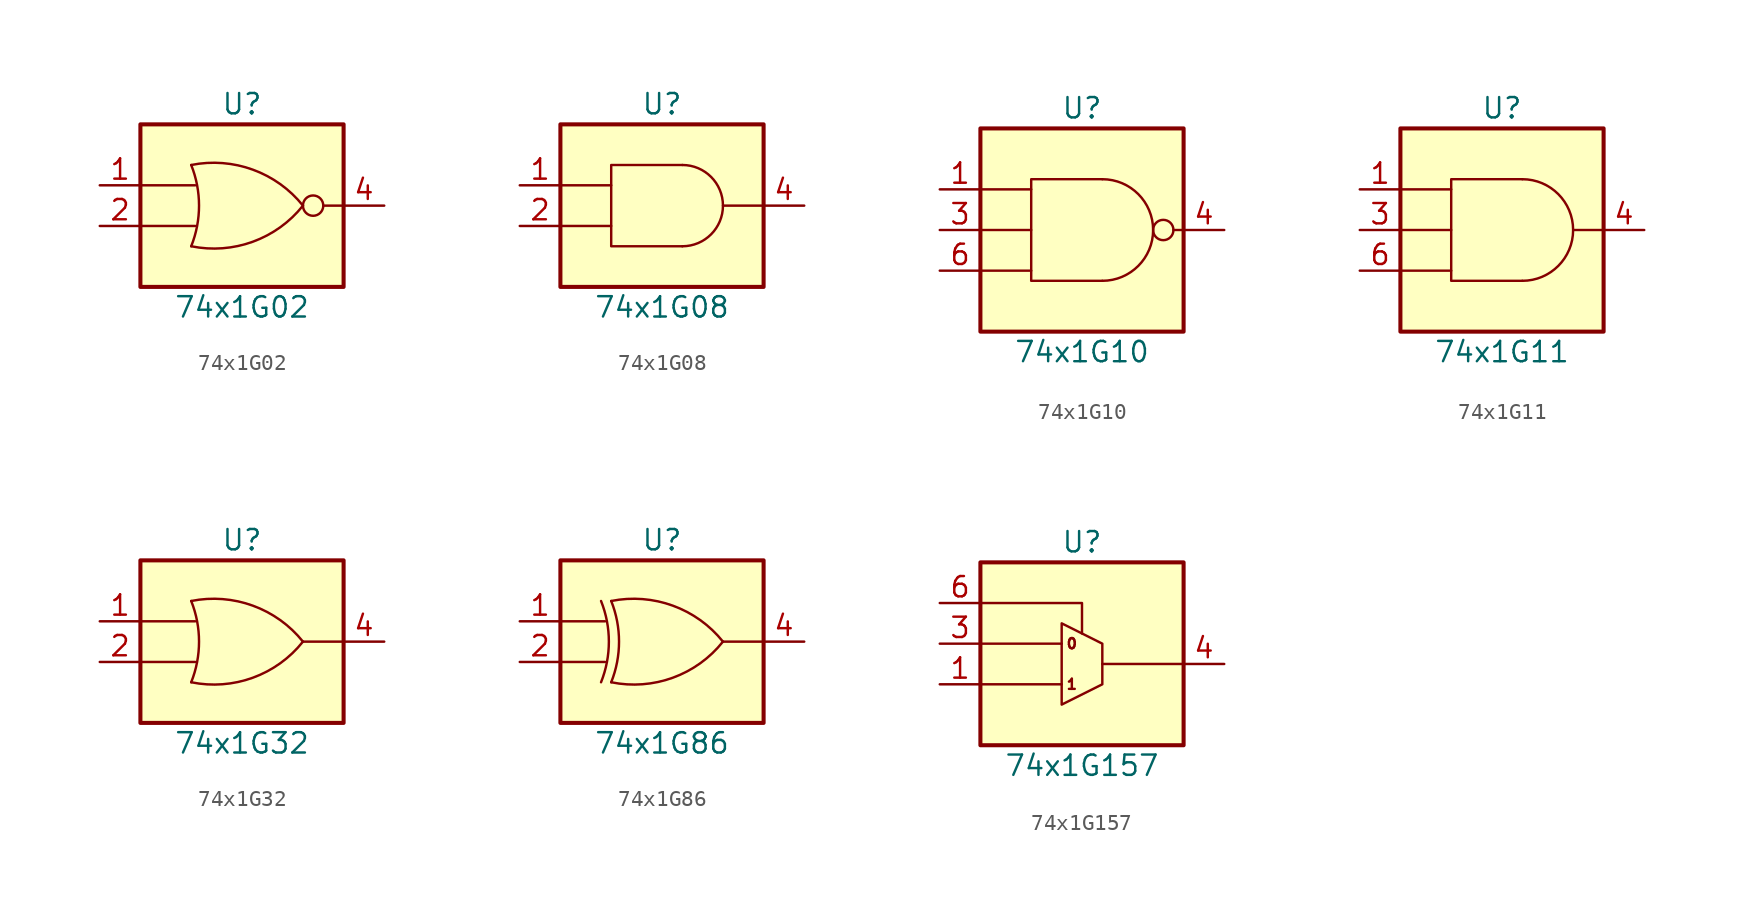
<source format=kicad_sym>
(kicad_symbol_lib
  (version 20211014)
  (generator kicad_symbol_editor)
  (symbol "74x1G02"
    (pin_names
      (offset 1.016))
    (property "Reference" "U"
      (at 0 6.35 0)
      (effects (font (size 1.27 1.27))))
    (property "Value" "74x1G02"
      (at 0 -6.35 0)
      (effects (font (size 1.27 1.27))))
    (symbol "74x1G02_0_1"
      (rectangle (start -6.35 5.08) (end 6.35 -5.08) (stroke (width 0.254) (type default) (color 0 0 0 0)) (fill (type background)))
      (arc (start -3.175 -2.54) (mid -2.6858 0) (end -3.175 2.54) (stroke (width 0) (type default) (color 0 0 0 0)) (fill (type none)))
      (arc (start -3.175 -2.54) (mid 0.6763 -2.2568) (end 3.81 0) (stroke (width 0) (type default) (color 0 0 0 0)) (fill (type none)))
      (polyline (pts (xy -6.35 -1.27) (xy -2.921 -1.27)) (stroke (width 0) (type default) (color 0 0 0 0)) (fill (type none)))
      (polyline (pts (xy -6.35 1.27) (xy -2.921 1.27)) (stroke (width 0) (type default) (color 0 0 0 0)) (fill (type none)))
      (polyline (pts (xy 5.08 0) (xy 6.35 0)) (stroke (width 0) (type default) (color 0 0 0 0)) (fill (type none)))
      (arc (start 3.81 0) (mid 0.6736 2.2493) (end -3.175 2.54) (stroke (width 0) (type default) (color 0 0 0 0)) (fill (type none)))
      (circle (center 4.445 0) (radius 0.635) (stroke (width 0) (type default) (color 0 0 0 0)) (fill (type none))))
    (symbol "74x1G02_1_1"
      (pin input line (at -8.89 1.27 0) (length 2.54) (name "~" (effects (font (size 1.27 1.27)))) (number "1" (effects (font (size 1.27 1.27)))))
      (pin input line (at -8.89 -1.27 0) (length 2.54) (name "~" (effects (font (size 1.27 1.27)))) (number "2" (effects (font (size 1.27 1.27)))))
      (pin power_in line (at -8.89 -3.81 0) (length 2.54) hide (name "GND" (effects (font (size 1.27 1.27)))) (number "3" (effects (font (size 1.27 1.27)))))
      (pin output line (at 8.89 0 180) (length 2.54) (name "~" (effects (font (size 1.27 1.27)))) (number "4" (effects (font (size 1.27 1.27)))))
      (pin power_in line (at 8.89 3.81 180) (length 2.54) hide (name "VCC" (effects (font (size 1.27 1.27)))) (number "5" (effects (font (size 1.27 1.27)))))))
  (symbol "74x1G08"
    (pin_names
      (offset 1.016))
    (property "Reference" "U"
      (at 0 6.35 0)
      (effects (font (size 1.27 1.27))))
    (property "Value" "74x1G08"
      (at 0 -6.35 0)
      (effects (font (size 1.27 1.27))))
    (symbol "74x1G08_0_1"
      (rectangle (start -6.35 5.08) (end 6.35 -5.08) (stroke (width 0.254) (type default) (color 0 0 0 0)) (fill (type background)))
      (polyline (pts (xy -6.35 -1.27) (xy -3.175 -1.27)) (stroke (width 0) (type default) (color 0 0 0 0)) (fill (type none)))
      (polyline (pts (xy -6.35 1.27) (xy -3.175 1.27)) (stroke (width 0) (type default) (color 0 0 0 0)) (fill (type none)))
      (polyline (pts (xy 3.81 0) (xy 6.35 0)) (stroke (width 0) (type default) (color 0 0 0 0)) (fill (type none)))
      (polyline (pts (xy 1.27 2.54) (xy -3.175 2.54) (xy -3.175 -2.54) (xy 1.27 -2.54)) (stroke (width 0) (type default) (color 0 0 0 0)) (fill (type none)))
      (arc (start 1.27 -2.54) (mid 3.81 0) (end 1.27 2.54) (stroke (width 0) (type default) (color 0 0 0 0)) (fill (type none))))
    (symbol "74x1G08_1_1"
      (pin input line (at -8.89 1.27 0) (length 2.54) (name "~" (effects (font (size 1.27 1.27)))) (number "1" (effects (font (size 1.27 1.27)))))
      (pin input line (at -8.89 -1.27 0) (length 2.54) (name "~" (effects (font (size 1.27 1.27)))) (number "2" (effects (font (size 1.27 1.27)))))
      (pin power_in line (at -8.89 -3.81 0) (length 2.54) hide (name "GND" (effects (font (size 1.27 1.27)))) (number "3" (effects (font (size 1.27 1.27)))))
      (pin output line (at 8.89 0 180) (length 2.54) (name "~" (effects (font (size 1.27 1.27)))) (number "4" (effects (font (size 1.27 1.27)))))
      (pin power_in line (at 8.89 3.81 180) (length 2.54) hide (name "VCC" (effects (font (size 1.27 1.27)))) (number "5" (effects (font (size 1.27 1.27)))))))
  (symbol "74x1G10"
    (pin_names
      (offset 1.016))
    (property "Reference" "U"
      (at 0 7.62 0)
      (effects (font (size 1.27 1.27))))
    (property "Value" "74x1G10"
      (at 0 -7.62 0)
      (effects (font (size 1.27 1.27))))
    (symbol "74x1G10_0_1"
      (rectangle (start -6.35 6.35) (end 6.35 -6.35) (stroke (width 0.254) (type default) (color 0 0 0 0)) (fill (type background)))
      (polyline (pts (xy -6.35 -2.54) (xy -3.175 -2.54)) (stroke (width 0) (type default) (color 0 0 0 0)) (fill (type none)))
      (polyline (pts (xy -6.35 0) (xy -3.175 0)) (stroke (width 0) (type default) (color 0 0 0 0)) (fill (type none)))
      (polyline (pts (xy -6.35 2.54) (xy -3.175 2.54)) (stroke (width 0) (type default) (color 0 0 0 0)) (fill (type none)))
      (polyline (pts (xy 5.715 0) (xy 6.35 0)) (stroke (width 0) (type default) (color 0 0 0 0)) (fill (type none)))
      (polyline (pts (xy 1.27 3.175) (xy -3.175 3.175) (xy -3.175 -3.175) (xy 1.27 -3.175)) (stroke (width 0) (type default) (color 0 0 0 0)) (fill (type none)))
      (arc (start 1.27 -3.175) (mid 4.445 0) (end 1.27 3.175) (stroke (width 0) (type default) (color 0 0 0 0)) (fill (type none)))
      (circle (center 5.08 0) (radius 0.635) (stroke (width 0) (type default) (color 0 0 0 0)) (fill (type none))))
    (symbol "74x1G10_1_1"
      (pin input line (at -8.89 2.54 0) (length 2.54) (name "~" (effects (font (size 1.27 1.27)))) (number "1" (effects (font (size 1.27 1.27)))))
      (pin power_in line (at -8.89 -5.08 0) (length 2.54) hide (name "GND" (effects (font (size 1.27 1.27)))) (number "2" (effects (font (size 1.27 1.27)))))
      (pin input line (at -8.89 0 0) (length 2.54) (name "~" (effects (font (size 1.27 1.27)))) (number "3" (effects (font (size 1.27 1.27)))))
      (pin output line (at 8.89 0 180) (length 2.54) (name "~" (effects (font (size 1.27 1.27)))) (number "4" (effects (font (size 1.27 1.27)))))
      (pin power_in line (at 8.89 5.08 180) (length 2.54) hide (name "VCC" (effects (font (size 1.27 1.27)))) (number "5" (effects (font (size 1.27 1.27)))))
      (pin input line (at -8.89 -2.54 0) (length 2.54) (name "~" (effects (font (size 1.27 1.27)))) (number "6" (effects (font (size 1.27 1.27)))))))
  (symbol "74x1G11"
    (pin_names
      (offset 1.016))
    (property "Reference" "U"
      (at 0 7.62 0)
      (effects (font (size 1.27 1.27))))
    (property "Value" "74x1G11"
      (at 0 -7.62 0)
      (effects (font (size 1.27 1.27))))
    (symbol "74x1G11_0_1"
      (rectangle (start -6.35 6.35) (end 6.35 -6.35) (stroke (width 0.254) (type default) (color 0 0 0 0)) (fill (type background)))
      (polyline (pts (xy -6.35 -2.54) (xy -3.175 -2.54)) (stroke (width 0) (type default) (color 0 0 0 0)) (fill (type none)))
      (polyline (pts (xy -6.35 0) (xy -3.175 0)) (stroke (width 0) (type default) (color 0 0 0 0)) (fill (type none)))
      (polyline (pts (xy -6.35 2.54) (xy -3.175 2.54)) (stroke (width 0) (type default) (color 0 0 0 0)) (fill (type none)))
      (polyline (pts (xy 4.445 0) (xy 6.35 0)) (stroke (width 0) (type default) (color 0 0 0 0)) (fill (type none)))
      (polyline (pts (xy 1.27 3.175) (xy -3.175 3.175) (xy -3.175 -3.175) (xy 1.27 -3.175)) (stroke (width 0) (type default) (color 0 0 0 0)) (fill (type none)))
      (arc (start 1.27 -3.175) (mid 4.445 0) (end 1.27 3.175) (stroke (width 0) (type default) (color 0 0 0 0)) (fill (type none))))
    (symbol "74x1G11_1_1"
      (pin input line (at -8.89 2.54 0) (length 2.54) (name "~" (effects (font (size 1.27 1.27)))) (number "1" (effects (font (size 1.27 1.27)))))
      (pin power_in line (at -8.89 -5.08 0) (length 2.54) hide (name "GND" (effects (font (size 1.27 1.27)))) (number "2" (effects (font (size 1.27 1.27)))))
      (pin input line (at -8.89 0 0) (length 2.54) (name "~" (effects (font (size 1.27 1.27)))) (number "3" (effects (font (size 1.27 1.27)))))
      (pin output line (at 8.89 0 180) (length 2.54) (name "~" (effects (font (size 1.27 1.27)))) (number "4" (effects (font (size 1.27 1.27)))))
      (pin power_in line (at 8.89 5.08 180) (length 2.54) hide (name "VCC" (effects (font (size 1.27 1.27)))) (number "5" (effects (font (size 1.27 1.27)))))
      (pin input line (at -8.89 -2.54 0) (length 2.54) (name "~" (effects (font (size 1.27 1.27)))) (number "6" (effects (font (size 1.27 1.27)))))))
  (symbol "74x1G32"
    (pin_names
      (offset 1.016))
    (property "Reference" "U"
      (at 0 6.35 0)
      (effects (font (size 1.27 1.27))))
    (property "Value" "74x1G32"
      (at 0 -6.35 0)
      (effects (font (size 1.27 1.27))))
    (symbol "74x1G32_0_1"
      (rectangle (start -6.35 5.08) (end 6.35 -5.08) (stroke (width 0.254) (type default) (color 0 0 0 0)) (fill (type background)))
      (arc (start -3.175 -2.54) (mid -2.6858 0) (end -3.175 2.54) (stroke (width 0) (type default) (color 0 0 0 0)) (fill (type none)))
      (arc (start -3.175 -2.54) (mid 0.6763 -2.2568) (end 3.81 0) (stroke (width 0) (type default) (color 0 0 0 0)) (fill (type none)))
      (polyline (pts (xy -6.35 -1.27) (xy -2.921 -1.27)) (stroke (width 0) (type default) (color 0 0 0 0)) (fill (type none)))
      (polyline (pts (xy -6.35 1.27) (xy -2.921 1.27)) (stroke (width 0) (type default) (color 0 0 0 0)) (fill (type none)))
      (polyline (pts (xy 3.81 0) (xy 6.35 0)) (stroke (width 0) (type default) (color 0 0 0 0)) (fill (type none)))
      (arc (start 3.81 0) (mid 0.6736 2.2493) (end -3.175 2.54) (stroke (width 0) (type default) (color 0 0 0 0)) (fill (type none))))
    (symbol "74x1G32_1_1"
      (pin input line (at -8.89 1.27 0) (length 2.54) (name "~" (effects (font (size 1.27 1.27)))) (number "1" (effects (font (size 1.27 1.27)))))
      (pin input line (at -8.89 -1.27 0) (length 2.54) (name "~" (effects (font (size 1.27 1.27)))) (number "2" (effects (font (size 1.27 1.27)))))
      (pin power_in line (at -8.89 -3.81 0) (length 2.54) hide (name "GND" (effects (font (size 1.27 1.27)))) (number "3" (effects (font (size 1.27 1.27)))))
      (pin output line (at 8.89 0 180) (length 2.54) (name "~" (effects (font (size 1.27 1.27)))) (number "4" (effects (font (size 1.27 1.27)))))
      (pin power_in line (at 8.89 3.81 180) (length 2.54) hide (name "VCC" (effects (font (size 1.27 1.27)))) (number "5" (effects (font (size 1.27 1.27)))))))
  (symbol "74x1G86"
    (pin_names
      (offset 1.016))
    (property "Reference" "U"
      (at 0 6.35 0)
      (effects (font (size 1.27 1.27))))
    (property "Value" "74x1G86"
      (at 0 -6.35 0)
      (effects (font (size 1.27 1.27))))
    (symbol "74x1G86_0_1"
      (rectangle (start -6.35 5.08) (end 6.35 -5.08) (stroke (width 0.254) (type default) (color 0 0 0 0)) (fill (type background)))
      (arc (start -3.81 -2.54) (mid -3.3208 0) (end -3.81 2.54) (stroke (width 0) (type default) (color 0 0 0 0)) (fill (type none)))
      (arc (start -3.175 -2.54) (mid -2.6858 0) (end -3.175 2.54) (stroke (width 0) (type default) (color 0 0 0 0)) (fill (type none)))
      (arc (start -3.175 -2.54) (mid 0.6763 -2.2568) (end 3.81 0) (stroke (width 0) (type default) (color 0 0 0 0)) (fill (type none)))
      (polyline (pts (xy -6.35 -1.27) (xy -3.556 -1.27)) (stroke (width 0) (type default) (color 0 0 0 0)) (fill (type none)))
      (polyline (pts (xy -6.35 1.27) (xy -3.556 1.27)) (stroke (width 0) (type default) (color 0 0 0 0)) (fill (type none)))
      (polyline (pts (xy 3.81 0) (xy 6.35 0)) (stroke (width 0) (type default) (color 0 0 0 0)) (fill (type none)))
      (arc (start 3.81 0) (mid 0.6736 2.2493) (end -3.175 2.54) (stroke (width 0) (type default) (color 0 0 0 0)) (fill (type none))))
    (symbol "74x1G86_1_1"
      (pin input line (at -8.89 1.27 0) (length 2.54) (name "~" (effects (font (size 1.27 1.27)))) (number "1" (effects (font (size 1.27 1.27)))))
      (pin input line (at -8.89 -1.27 0) (length 2.54) (name "~" (effects (font (size 1.27 1.27)))) (number "2" (effects (font (size 1.27 1.27)))))
      (pin power_in line (at -8.89 -3.81 0) (length 2.54) hide (name "GND" (effects (font (size 1.27 1.27)))) (number "3" (effects (font (size 1.27 1.27)))))
      (pin output line (at 8.89 0 180) (length 2.54) (name "~" (effects (font (size 1.27 1.27)))) (number "4" (effects (font (size 1.27 1.27)))))
      (pin power_in line (at 8.89 3.81 180) (length 2.54) hide (name "VCC" (effects (font (size 1.27 1.27)))) (number "5" (effects (font (size 1.27 1.27)))))))
  (symbol "74x1G157"
    (pin_names
      (offset 1.016))
    (property "Reference" "U"
      (at 0 6.35 0)
      (effects (font (size 1.27 1.27))))
    (property "Value" "74x1G157"
      (at 0 -7.62 0)
      (effects (font (size 1.27 1.27))))
    (symbol "74x1G157_0_1"
      (rectangle (start -6.35 5.08) (end 6.35 -6.35) (stroke (width 0.254) (type default) (color 0 0 0 0)) (fill (type background)))
      (polyline (pts (xy -6.35 -2.54) (xy -1.27 -2.54)) (stroke (width 0) (type default) (color 0 0 0 0)) (fill (type none)))
      (polyline (pts (xy -6.35 0) (xy -1.27 0)) (stroke (width 0) (type default) (color 0 0 0 0)) (fill (type none)))
      (polyline (pts (xy 1.27 -1.27) (xy 6.35 -1.27)) (stroke (width 0) (type default) (color 0 0 0 0)) (fill (type none)))
      (polyline (pts (xy -6.35 2.54) (xy 0 2.54) (xy 0 0.635)) (stroke (width 0) (type default) (color 0 0 0 0)) (fill (type none)))
      (polyline (pts (xy 1.27 0) (xy 1.27 -2.54) (xy -1.27 -3.81) (xy -1.27 1.27) (xy 1.27 0)) (stroke (width 0) (type default) (color 0 0 0 0)) (fill (type none)))
      (text "0" (at -0.635 0 0) (effects (font (size 0.635 0.635))))
      (text "1" (at -0.635 -2.54 0) (effects (font (size 0.635 0.635)))))
    (symbol "74x1G157_1_1"
      (pin input line (at -8.89 -2.54 0) (length 2.54) (name "~" (effects (font (size 1.27 1.27)))) (number "1" (effects (font (size 1.27 1.27)))))
      (pin power_in line (at -8.89 -5.08 0) (length 2.54) hide (name "GND" (effects (font (size 1.27 1.27)))) (number "2" (effects (font (size 1.27 1.27)))))
      (pin input line (at -8.89 0 0) (length 2.54) (name "~" (effects (font (size 1.27 1.27)))) (number "3" (effects (font (size 1.27 1.27)))))
      (pin output line (at 8.89 -1.27 180) (length 2.54) (name "~" (effects (font (size 1.27 1.27)))) (number "4" (effects (font (size 1.27 1.27)))))
      (pin power_in line (at 8.89 3.81 180) (length 2.54) hide (name "VCC" (effects (font (size 1.27 1.27)))) (number "5" (effects (font (size 1.27 1.27)))))
      (pin input line (at -8.89 2.54 0) (length 2.54) (name "~" (effects (font (size 1.27 1.27)))) (number "6" (effects (font (size 1.27 1.27))))))))
</source>
